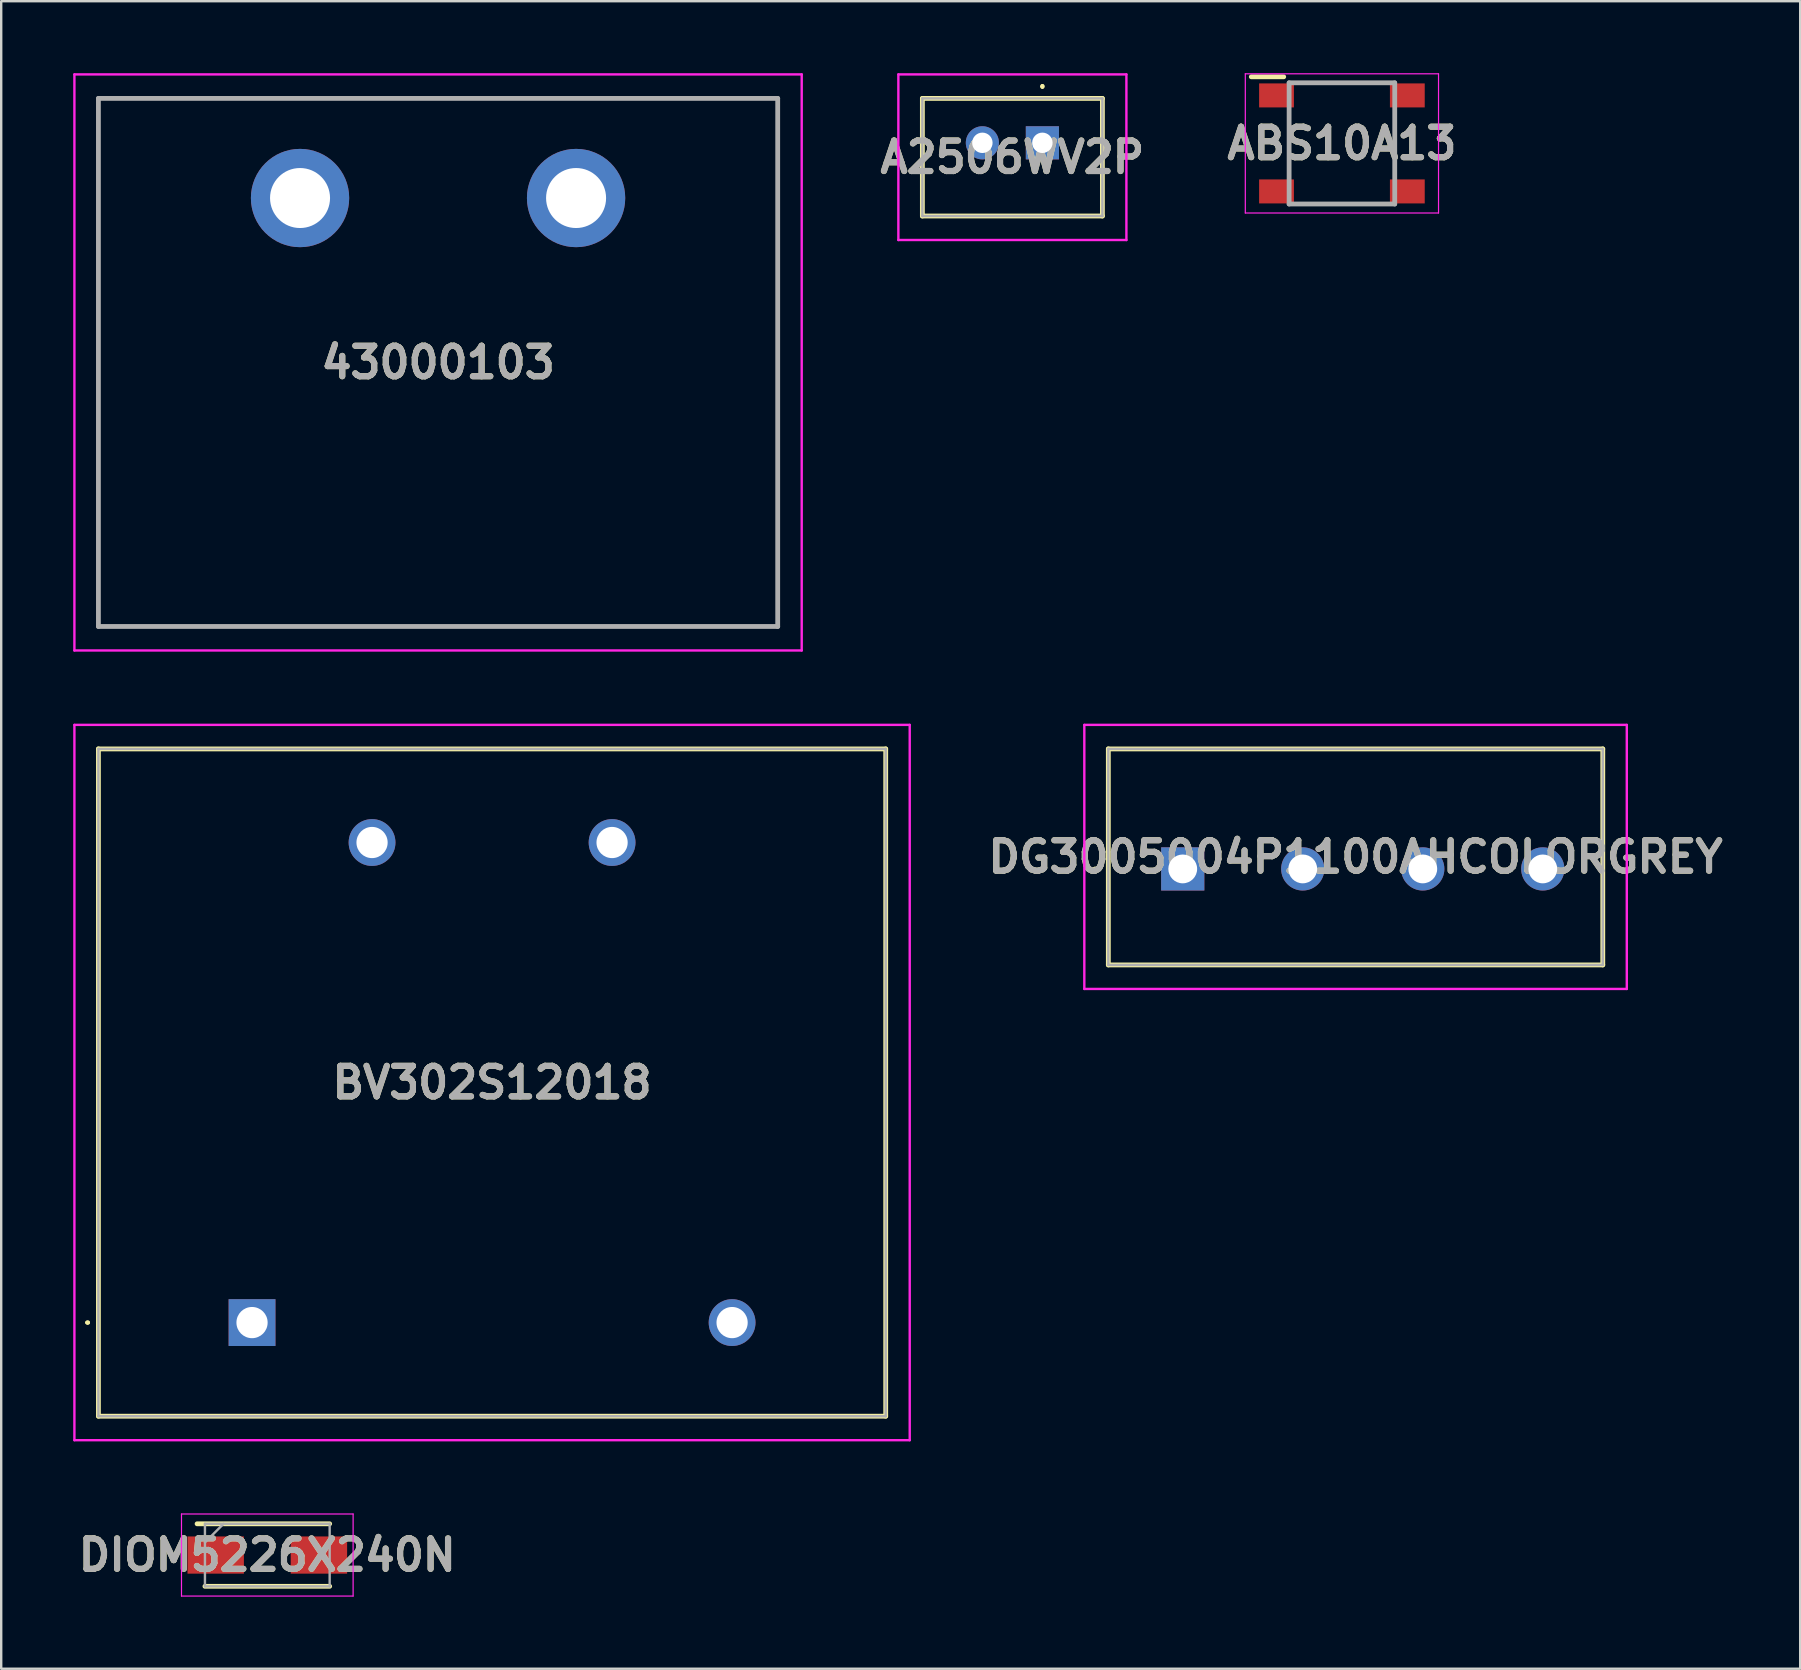
<source format=kicad_pcb>
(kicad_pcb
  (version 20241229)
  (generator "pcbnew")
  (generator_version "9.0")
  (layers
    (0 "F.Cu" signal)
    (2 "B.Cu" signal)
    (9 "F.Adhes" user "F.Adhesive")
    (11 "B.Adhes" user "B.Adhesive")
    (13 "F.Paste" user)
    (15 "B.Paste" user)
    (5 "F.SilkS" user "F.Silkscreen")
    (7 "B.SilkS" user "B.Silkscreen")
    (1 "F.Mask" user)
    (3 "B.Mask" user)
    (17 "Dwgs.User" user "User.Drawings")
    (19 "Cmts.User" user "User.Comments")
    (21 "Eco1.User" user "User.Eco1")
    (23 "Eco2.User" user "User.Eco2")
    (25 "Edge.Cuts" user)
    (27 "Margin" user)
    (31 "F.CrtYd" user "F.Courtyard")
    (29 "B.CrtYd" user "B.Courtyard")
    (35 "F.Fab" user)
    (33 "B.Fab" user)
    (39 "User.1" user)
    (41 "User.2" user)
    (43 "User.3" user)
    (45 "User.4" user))
  (footprint "BV302S12018"
    (layer "F.Cu")
    (at 7.45 52.05)
    (property "Reference" "BV302S12018" (at 10 -10 0) (layer "F.SilkS") (effects (font (size 1.27 1.27) (thickness 0.254))))
    (attr through_hole)
    (fp_line (start -6.9 0) (end -6.9 0) (stroke (width 0.1) (type solid)) (layer "F.SilkS"))
    (fp_line (start -6.8 0) (end -6.8 0) (stroke (width 0.1) (type solid)) (layer "F.SilkS"))
    (fp_line (start -6.4 -23.9) (end -6.4 3.9) (stroke (width 0.2) (type solid)) (layer "F.SilkS"))
    (fp_line (start -6.4 3.9) (end 26.4 3.9) (stroke (width 0.2) (type solid)) (layer "F.SilkS"))
    (fp_line (start 26.4 -23.9) (end -6.4 -23.9) (stroke (width 0.2) (type solid)) (layer "F.SilkS"))
    (fp_line (start 26.4 3.9) (end 26.4 -23.9) (stroke (width 0.2) (type solid)) (layer "F.SilkS"))
    (fp_arc (start -6.9 0) (mid -6.85 -0.05) (end -6.8 0) (stroke (width 0.1) (type solid)) (layer "F.SilkS"))
    (fp_arc (start -6.8 0) (mid -6.85 0.05) (end -6.9 0) (stroke (width 0.1) (type solid)) (layer "F.SilkS"))
    (fp_line (start -7.4 -24.9) (end -7.4 4.9) (stroke (width 0.1) (type solid)) (layer "F.CrtYd"))
    (fp_line (start -7.4 4.9) (end 27.4 4.9) (stroke (width 0.1) (type solid)) (layer "F.CrtYd"))
    (fp_line (start 27.4 -24.9) (end -7.4 -24.9) (stroke (width 0.1) (type solid)) (layer "F.CrtYd"))
    (fp_line (start 27.4 4.9) (end 27.4 -24.9) (stroke (width 0.1) (type solid)) (layer "F.CrtYd"))
    (fp_line (start -6.4 -23.9) (end -6.4 3.9) (stroke (width 0.1) (type solid)) (layer "F.Fab"))
    (fp_line (start -6.4 3.9) (end 26.4 3.9) (stroke (width 0.1) (type solid)) (layer "F.Fab"))
    (fp_line (start 26.4 -23.9) (end -6.4 -23.9) (stroke (width 0.1) (type solid)) (layer "F.Fab"))
    (fp_line (start 26.4 3.9) (end 26.4 -23.9) (stroke (width 0.1) (type solid)) (layer "F.Fab"))
    (fp_text user "${REFERENCE}" (at 10 -10 0) (layer "F.Fab") (effects (font (size 1.27 1.27) (thickness 0.254))))
    (pad "1" thru_hole rect (at 0 0) (size 1.95 1.95) (drill 1.3) (layers "*.Cu" "*.Mask"))
    (pad "5" thru_hole circle (at 20 0) (size 1.95 1.95) (drill 1.3) (layers "*.Cu" "*.Mask"))
    (pad "7" thru_hole circle (at 15 -20) (size 1.95 1.95) (drill 1.3) (layers "*.Cu" "*.Mask"))
    (pad "9" thru_hole circle (at 5 -20) (size 1.95 1.95) (drill 1.3) (layers "*.Cu" "*.Mask")))
  (footprint "43000103"
    (layer "F.Cu")
    (at 9.45 5.2)
    (property "Reference" "43000103" (at 5.75 6.85 0) (layer "F.SilkS") (effects (font (size 1.27 1.27) (thickness 0.254))))
    (attr through_hole)
    (fp_line (start -8.4 -4.15) (end 19.9 -4.15) (stroke (width 0.1) (type solid)) (layer "F.SilkS"))
    (fp_line (start -8.4 17.85) (end -8.4 -4.15) (stroke (width 0.1) (type solid)) (layer "F.SilkS"))
    (fp_line (start 19.9 -4.15) (end 19.9 17.85) (stroke (width 0.1) (type solid)) (layer "F.SilkS"))
    (fp_line (start 19.9 17.85) (end -8.4 17.85) (stroke (width 0.1) (type solid)) (layer "F.SilkS"))
    (fp_line (start -9.4 -5.15) (end 20.9 -5.15) (stroke (width 0.1) (type solid)) (layer "F.CrtYd"))
    (fp_line (start -9.4 18.85) (end -9.4 -5.15) (stroke (width 0.1) (type solid)) (layer "F.CrtYd"))
    (fp_line (start 20.9 -5.15) (end 20.9 18.85) (stroke (width 0.1) (type solid)) (layer "F.CrtYd"))
    (fp_line (start 20.9 18.85) (end -9.4 18.85) (stroke (width 0.1) (type solid)) (layer "F.CrtYd"))
    (fp_line (start -8.4 -4.15) (end -8.4 17.85) (stroke (width 0.2) (type solid)) (layer "F.Fab"))
    (fp_line (start -8.4 17.85) (end 19.9 17.85) (stroke (width 0.2) (type solid)) (layer "F.Fab"))
    (fp_line (start 19.9 -4.15) (end -8.4 -4.15) (stroke (width 0.2) (type solid)) (layer "F.Fab"))
    (fp_line (start 19.9 17.85) (end 19.9 -4.15) (stroke (width 0.2) (type solid)) (layer "F.Fab"))
    (fp_text user "${REFERENCE}" (at 5.75 6.85 0) (layer "F.Fab") (effects (font (size 1.27 1.27) (thickness 0.254))))
    (pad "1" thru_hole circle (at 0 0) (size 4.095 4.095) (drill 2.5) (layers "*.Cu" "*.Mask"))
    (pad "2" thru_hole circle (at 11.5 0) (size 4.095 4.095) (drill 2.5) (layers "*.Cu" "*.Mask")))
  (footprint "ABS10A13"
    (layer "F.Cu")
    (at 52.856 2.925)
    (property "Reference" "ABS10A13" (at 0 0 0) (layer "F.SilkS") (effects (font (size 1.27 1.27) (thickness 0.254))))
    (attr smd)
    (fp_line (start -3.775 -2.775) (end -2.425 -2.775) (stroke (width 0.2) (type solid)) (layer "F.SilkS"))
    (fp_line (start -2.2 -1) (end -2.2 1) (stroke (width 0.1) (type solid)) (layer "F.SilkS"))
    (fp_line (start -1.5 -2.525) (end 1.5 -2.525) (stroke (width 0.1) (type solid)) (layer "F.SilkS"))
    (fp_line (start -1.5 2.525) (end 1.5 2.525) (stroke (width 0.1) (type solid)) (layer "F.SilkS"))
    (fp_line (start 2.2 1) (end 2.2 -1) (stroke (width 0.1) (type solid)) (layer "F.SilkS"))
    (fp_line (start -4.025 -2.9) (end 4.025 -2.9) (stroke (width 0.05) (type solid)) (layer "F.CrtYd"))
    (fp_line (start -4.025 2.9) (end -4.025 -2.9) (stroke (width 0.05) (type solid)) (layer "F.CrtYd"))
    (fp_line (start 4.025 -2.9) (end 4.025 2.9) (stroke (width 0.05) (type solid)) (layer "F.CrtYd"))
    (fp_line (start 4.025 2.9) (end -4.025 2.9) (stroke (width 0.05) (type solid)) (layer "F.CrtYd"))
    (fp_line (start -2.2 -2.525) (end 2.2 -2.525) (stroke (width 0.2) (type solid)) (layer "F.Fab"))
    (fp_line (start -2.2 2.525) (end -2.2 -2.525) (stroke (width 0.2) (type solid)) (layer "F.Fab"))
    (fp_line (start 2.2 -2.525) (end 2.2 2.525) (stroke (width 0.2) (type solid)) (layer "F.Fab"))
    (fp_line (start 2.2 2.525) (end -2.2 2.525) (stroke (width 0.2) (type solid)) (layer "F.Fab"))
    (fp_text user "${REFERENCE}" (at 0 0 0) (layer "F.Fab") (effects (font (size 1.27 1.27) (thickness 0.254))))
    (pad "1" smd rect (at -2.725 -2 90) (size 1 1.45) (layers "F.Cu" "F.Mask" "F.Paste"))
    (pad "2" smd rect (at 2.725 -2 90) (size 1 1.45) (layers "F.Cu" "F.Mask" "F.Paste"))
    (pad "3" smd rect (at -2.725 2 90) (size 1 1.45) (layers "F.Cu" "F.Mask" "F.Paste"))
    (pad "4" smd rect (at 2.725 2 90) (size 1 1.45) (layers "F.Cu" "F.Mask" "F.Paste")))
  (footprint "DG3005004P1100AHCOLORGREY"
    (layer "F.Cu")
    (at 46.224 33.15)
    (property "Reference" "DG3005004P1100AHCOLORGREY" (at 7.2 -0.5 0) (layer "F.SilkS") (effects (font (size 1.27 1.27) (thickness 0.254))))
    (attr through_hole)
    (fp_line (start -3.7 0) (end -3.7 0) (stroke (width 0.1) (type solid)) (layer "F.SilkS"))
    (fp_line (start -3.6 0) (end -3.6 0) (stroke (width 0.1) (type solid)) (layer "F.SilkS"))
    (fp_line (start -3.1 -5) (end 17.5 -5) (stroke (width 0.2) (type solid)) (layer "F.SilkS"))
    (fp_line (start -3.1 4) (end -3.1 -5) (stroke (width 0.2) (type solid)) (layer "F.SilkS"))
    (fp_line (start 17.5 -5) (end 17.5 4) (stroke (width 0.2) (type solid)) (layer "F.SilkS"))
    (fp_line (start 17.5 4) (end -3.1 4) (stroke (width 0.2) (type solid)) (layer "F.SilkS"))
    (fp_arc (start -3.7 0) (mid -3.65 -0.05) (end -3.6 0) (stroke (width 0.1) (type solid)) (layer "F.SilkS"))
    (fp_arc (start -3.6 0) (mid -3.65 0.05) (end -3.7 0) (stroke (width 0.1) (type solid)) (layer "F.SilkS"))
    (fp_line (start -4.1 -6) (end 18.5 -6) (stroke (width 0.1) (type solid)) (layer "F.CrtYd"))
    (fp_line (start -4.1 5) (end -4.1 -6) (stroke (width 0.1) (type solid)) (layer "F.CrtYd"))
    (fp_line (start 18.5 -6) (end 18.5 5) (stroke (width 0.1) (type solid)) (layer "F.CrtYd"))
    (fp_line (start 18.5 5) (end -4.1 5) (stroke (width 0.1) (type solid)) (layer "F.CrtYd"))
    (fp_line (start -3.1 -5) (end -3.1 4) (stroke (width 0.1) (type solid)) (layer "F.Fab"))
    (fp_line (start -3.1 4) (end 17.5 4) (stroke (width 0.1) (type solid)) (layer "F.Fab"))
    (fp_line (start 17.5 -5) (end -3.1 -5) (stroke (width 0.1) (type solid)) (layer "F.Fab"))
    (fp_line (start 17.5 4) (end 17.5 -5) (stroke (width 0.1) (type solid)) (layer "F.Fab"))
    (fp_text user "${REFERENCE}" (at 7.2 -0.5 0) (layer "F.Fab") (effects (font (size 1.27 1.27) (thickness 0.254))))
    (pad "1" thru_hole rect (at 0 0) (size 1.8 1.8) (drill 1.2) (layers "*.Cu" "*.Mask"))
    (pad "2" thru_hole circle (at 5 0) (size 1.8 1.8) (drill 1.2) (layers "*.Cu" "*.Mask"))
    (pad "3" thru_hole circle (at 10 0) (size 1.8 1.8) (drill 1.2) (layers "*.Cu" "*.Mask"))
    (pad "4" thru_hole circle (at 15 0) (size 1.8 1.8) (drill 1.2) (layers "*.Cu" "*.Mask")))
  (footprint "DIOM5226X240N"
    (layer "F.Cu")
    (at 8.086 61.735)
    (property "Reference" "DIOM5226X240N" (at 0 0 0) (layer "F.SilkS") (effects (font (size 1.27 1.27) (thickness 0.254))))
    (attr smd)
    (fp_line (start -2.598 1.302) (end 2.598 1.302) (stroke (width 0.2) (type solid)) (layer "F.SilkS"))
    (fp_line (start 2.598 -1.302) (end -2.925 -1.302) (stroke (width 0.2) (type solid)) (layer "F.SilkS"))
    (fp_line (start -3.575 -1.71) (end 3.575 -1.71) (stroke (width 0.05) (type solid)) (layer "F.CrtYd"))
    (fp_line (start -3.575 1.71) (end -3.575 -1.71) (stroke (width 0.05) (type solid)) (layer "F.CrtYd"))
    (fp_line (start 3.575 -1.71) (end 3.575 1.71) (stroke (width 0.05) (type solid)) (layer "F.CrtYd"))
    (fp_line (start 3.575 1.71) (end -3.575 1.71) (stroke (width 0.05) (type solid)) (layer "F.CrtYd"))
    (fp_line (start -2.598 -1.302) (end 2.598 -1.302) (stroke (width 0.1) (type solid)) (layer "F.Fab"))
    (fp_line (start -2.598 -0.528) (end -1.822 -1.302) (stroke (width 0.1) (type solid)) (layer "F.Fab"))
    (fp_line (start -2.598 1.302) (end -2.598 -1.302) (stroke (width 0.1) (type solid)) (layer "F.Fab"))
    (fp_line (start 2.598 -1.302) (end 2.598 1.302) (stroke (width 0.1) (type solid)) (layer "F.Fab"))
    (fp_line (start 2.598 1.302) (end -2.598 1.302) (stroke (width 0.1) (type solid)) (layer "F.Fab"))
    (fp_text user "${REFERENCE}" (at 0 0 0) (layer "F.Fab") (effects (font (size 1.27 1.27) (thickness 0.254))))
    (pad "1" smd rect (at -2.15 0 90) (size 1.55 2.35) (layers "F.Cu" "F.Mask" "F.Paste"))
    (pad "2" smd rect (at 2.15 0 90) (size 1.55 2.35) (layers "F.Cu" "F.Mask" "F.Paste")))
  (footprint "A2506WV2P"
    (layer "F.Cu")
    (at 40.377 2.9)
    (property "Reference" "A2506WV2P" (at -1.25 0.6 0) (layer "F.SilkS") (effects (font (size 1.27 1.27) (thickness 0.254))))
    (attr through_hole)
    (fp_line (start -5 -1.85) (end 2.5 -1.85) (stroke (width 0.2) (type solid)) (layer "F.SilkS"))
    (fp_line (start -5 3.05) (end -5 -1.85) (stroke (width 0.2) (type solid)) (layer "F.SilkS"))
    (fp_line (start 0 -2.4) (end 0 -2.4) (stroke (width 0.1) (type solid)) (layer "F.SilkS"))
    (fp_line (start 0 -2.3) (end 0 -2.3) (stroke (width 0.1) (type solid)) (layer "F.SilkS"))
    (fp_line (start 2.5 -1.85) (end 2.5 3.05) (stroke (width 0.2) (type solid)) (layer "F.SilkS"))
    (fp_line (start 2.5 3.05) (end -5 3.05) (stroke (width 0.2) (type solid)) (layer "F.SilkS"))
    (fp_arc (start 0 -2.4) (mid 0.05 -2.35) (end 0 -2.3) (stroke (width 0.1) (type solid)) (layer "F.SilkS"))
    (fp_arc (start 0 -2.3) (mid -0.05 -2.35) (end 0 -2.4) (stroke (width 0.1) (type solid)) (layer "F.SilkS"))
    (fp_line (start -6 -2.85) (end 3.5 -2.85) (stroke (width 0.1) (type solid)) (layer "F.CrtYd"))
    (fp_line (start -6 4.05) (end -6 -2.85) (stroke (width 0.1) (type solid)) (layer "F.CrtYd"))
    (fp_line (start 3.5 -2.85) (end 3.5 4.05) (stroke (width 0.1) (type solid)) (layer "F.CrtYd"))
    (fp_line (start 3.5 4.05) (end -6 4.05) (stroke (width 0.1) (type solid)) (layer "F.CrtYd"))
    (fp_line (start -5 -1.85) (end 2.5 -1.85) (stroke (width 0.1) (type solid)) (layer "F.Fab"))
    (fp_line (start -5 3.05) (end -5 -1.85) (stroke (width 0.1) (type solid)) (layer "F.Fab"))
    (fp_line (start 2.5 -1.85) (end 2.5 3.05) (stroke (width 0.1) (type solid)) (layer "F.Fab"))
    (fp_line (start 2.5 3.05) (end -5 3.05) (stroke (width 0.1) (type solid)) (layer "F.Fab"))
    (fp_text user "${REFERENCE}" (at -1.25 0.6 0) (layer "F.Fab") (effects (font (size 1.27 1.27) (thickness 0.254))))
    (pad "1" thru_hole rect (at 0 0) (size 1.381 1.381) (drill 0.85) (layers "*.Cu" "*.Mask"))
    (pad "2" thru_hole circle (at -2.5 0) (size 1.381 1.381) (drill 0.85) (layers "*.Cu" "*.Mask")))
  (gr_rect
    (start -3 -3)
    (end 71.948 66.47)
    (stroke (width 0.1) (type default))
    (fill no)
    (layer "Edge.Cuts")))
</source>
